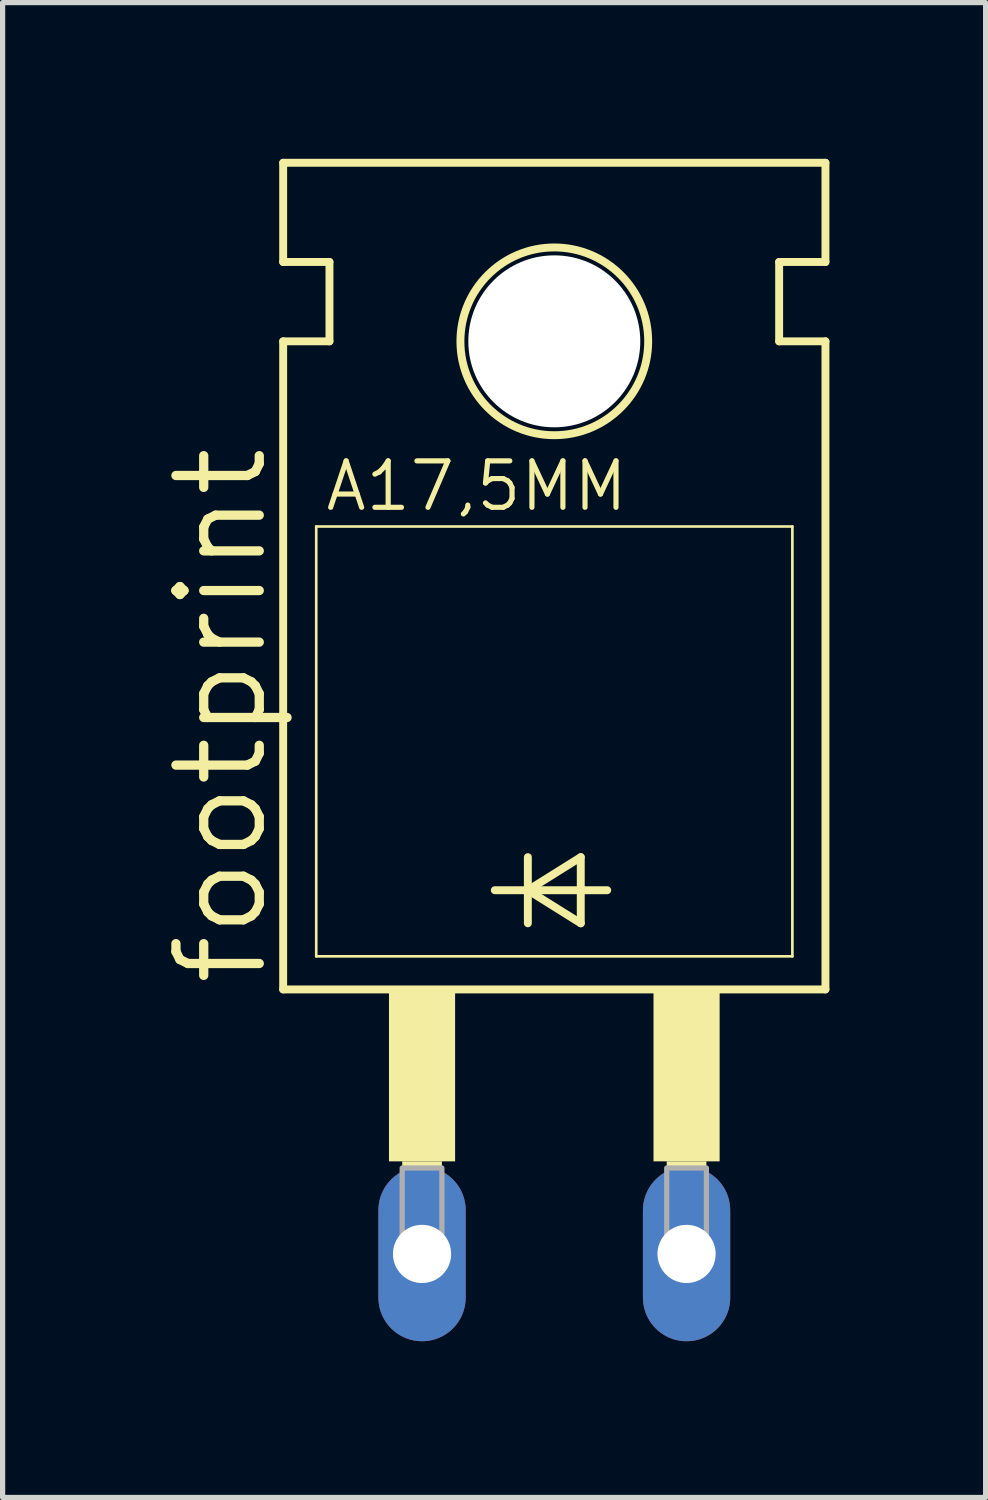
<source format=kicad_pcb>
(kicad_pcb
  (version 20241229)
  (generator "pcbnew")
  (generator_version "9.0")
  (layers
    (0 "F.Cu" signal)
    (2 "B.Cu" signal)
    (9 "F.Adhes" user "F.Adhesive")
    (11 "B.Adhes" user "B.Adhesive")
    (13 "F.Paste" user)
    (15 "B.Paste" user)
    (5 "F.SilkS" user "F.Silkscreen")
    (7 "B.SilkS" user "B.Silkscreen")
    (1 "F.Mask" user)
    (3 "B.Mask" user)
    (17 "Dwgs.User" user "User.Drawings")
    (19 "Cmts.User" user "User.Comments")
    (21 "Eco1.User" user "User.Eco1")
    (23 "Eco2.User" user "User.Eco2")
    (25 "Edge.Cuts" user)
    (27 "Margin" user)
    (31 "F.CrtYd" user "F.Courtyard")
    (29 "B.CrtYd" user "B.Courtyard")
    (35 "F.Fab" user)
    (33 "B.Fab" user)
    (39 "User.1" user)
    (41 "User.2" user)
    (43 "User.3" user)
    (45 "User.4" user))
  (footprint "footprint"
    (layer "F.Cu")
    (at 7.595 14.681)
    (property "Reference" "footprint" (at -5.461 1.27 90) (layer "F.SilkS") (effects (font (size 1.6 1.6) (thickness 0.178)) (justify left bottom)))
    (fp_line (start -5.207 -12.7) (end -5.207 -14.605) (stroke (width 0.152) (type solid)) (layer "F.SilkS"))
    (fp_line (start -5.207 -11.176) (end -4.318 -11.176) (stroke (width 0.152) (type solid)) (layer "F.SilkS"))
    (fp_line (start -5.207 1.27) (end -5.207 -11.176) (stroke (width 0.152) (type solid)) (layer "F.SilkS"))
    (fp_line (start -5.207 1.27) (end 5.207 1.27) (stroke (width 0.152) (type solid)) (layer "F.SilkS"))
    (fp_line (start -4.572 0.635) (end -4.572 -7.62) (stroke (width 0.051) (type solid)) (layer "F.SilkS"))
    (fp_line (start -4.572 0.635) (end 4.572 0.635) (stroke (width 0.051) (type solid)) (layer "F.SilkS"))
    (fp_line (start -4.318 -12.7) (end -5.207 -12.7) (stroke (width 0.152) (type solid)) (layer "F.SilkS"))
    (fp_line (start -4.318 -11.176) (end -4.318 -12.7) (stroke (width 0.152) (type solid)) (layer "F.SilkS"))
    (fp_line (start -1.143 -0.635) (end -0.508 -0.635) (stroke (width 0.152) (type solid)) (layer "F.SilkS"))
    (fp_line (start -0.508 -1.27) (end -0.508 -0.635) (stroke (width 0.152) (type solid)) (layer "F.SilkS"))
    (fp_line (start -0.508 -0.635) (end -0.508 0) (stroke (width 0.152) (type solid)) (layer "F.SilkS"))
    (fp_line (start -0.508 -0.635) (end 0.508 -1.27) (stroke (width 0.152) (type solid)) (layer "F.SilkS"))
    (fp_line (start -0.508 -0.635) (end 1.016 -0.635) (stroke (width 0.152) (type solid)) (layer "F.SilkS"))
    (fp_line (start 0.508 -1.27) (end 0.508 0) (stroke (width 0.152) (type solid)) (layer "F.SilkS"))
    (fp_line (start 0.508 0) (end -0.508 -0.635) (stroke (width 0.152) (type solid)) (layer "F.SilkS"))
    (fp_line (start 4.318 -12.7) (end 5.207 -12.7) (stroke (width 0.152) (type solid)) (layer "F.SilkS"))
    (fp_line (start 4.318 -11.176) (end 4.318 -12.7) (stroke (width 0.152) (type solid)) (layer "F.SilkS"))
    (fp_line (start 4.572 -7.62) (end -4.572 -7.62) (stroke (width 0.051) (type solid)) (layer "F.SilkS"))
    (fp_line (start 4.572 -7.62) (end 4.572 0.635) (stroke (width 0.051) (type solid)) (layer "F.SilkS"))
    (fp_line (start 5.207 -14.605) (end -5.207 -14.605) (stroke (width 0.152) (type solid)) (layer "F.SilkS"))
    (fp_line (start 5.207 -12.7) (end 5.207 -14.605) (stroke (width 0.152) (type solid)) (layer "F.SilkS"))
    (fp_line (start 5.207 -11.176) (end 4.318 -11.176) (stroke (width 0.152) (type solid)) (layer "F.SilkS"))
    (fp_line (start 5.207 1.27) (end 5.207 -11.176) (stroke (width 0.152) (type solid)) (layer "F.SilkS"))
    (fp_circle (center 0 -11.176) (end 1.803 -11.176) (stroke (width 0.152) (type solid)) (fill no) (layer "F.SilkS"))
    (fp_poly (pts (xy -3.175 4.572) (xy -1.905 4.572) (xy -1.905 1.27) (xy -3.175 1.27)) (stroke (width 0) (type solid)) (fill yes) (layer "F.SilkS"))
    (fp_poly (pts (xy -2.921 4.699) (xy -2.159 4.699) (xy -2.159 4.572) (xy -2.921 4.572)) (stroke (width 0) (type solid)) (fill yes) (layer "F.SilkS"))
    (fp_poly (pts (xy 1.905 4.572) (xy 3.175 4.572) (xy 3.175 1.27) (xy 1.905 1.27)) (stroke (width 0) (type solid)) (fill yes) (layer "F.SilkS"))
    (fp_poly (pts (xy 2.159 4.699) (xy 2.921 4.699) (xy 2.921 4.572) (xy 2.159 4.572)) (stroke (width 0) (type solid)) (fill yes) (layer "F.SilkS"))
    (fp_poly (pts (xy -2.921 6.35) (xy -2.159 6.35) (xy -2.159 4.699) (xy -2.921 4.699)) (stroke (width 0.1) (type solid)) (fill no) (layer "F.Fab"))
    (fp_poly (pts (xy 2.159 6.35) (xy 2.921 6.35) (xy 2.921 4.699) (xy 2.159 4.699)) (stroke (width 0.1) (type solid)) (fill no) (layer "F.Fab"))
    (fp_text user "A17,5MM" (at -4.445 -7.874 0) (layer "F.SilkS") (effects (font (size 0.892 0.892) (thickness 0.099)) (justify left bottom)))
    (pad "" np_thru_hole circle (at 0 -11.176) (size 3.302 3.302) (drill 3.302) (layers "*.Cu" "*.Mask"))
    (pad "A" thru_hole oval (at 2.54 6.35 90) (size 3.353 1.676) (drill 1.118) (layers "*.Cu" "*.Mask"))
    (pad "C" thru_hole oval (at -2.54 6.35 90) (size 3.353 1.676) (drill 1.118) (layers "*.Cu" "*.Mask"))
    (zone (net_name "") (layers "F.Cu" "B.Cu") (hatch edge 0.508) (connect_pads) (min_thickness 0.254) (filled_areas_thickness no) (keepout (tracks allowed) (vias not_allowed) (pads allowed) (copperpour allowed) (footprints allowed)) (placement (enabled no)) (fill) (polygon (pts (xy 10.516 3.505) (xy 10.471 2.998) (xy 10.339 2.506) (xy 10.124 2.045) (xy 9.832 1.628) (xy 9.472 1.268) (xy 9.055 0.976) (xy 8.594 0.76) (xy 8.102 0.629) (xy 7.595 0.584) (xy 7.087 0.629) (xy 6.596 0.76) (xy 6.134 0.976) (xy 5.717 1.268) (xy 5.357 1.628) (xy 5.065 2.045) (xy 4.85 2.506) (xy 4.718 2.998) (xy 4.674 3.505) (xy 4.718 4.012) (xy 4.85 4.504) (xy 5.065 4.966) (xy 5.357 5.383) (xy 5.717 5.743) (xy 6.134 6.035) (xy 6.596 6.25) (xy 7.087 6.382) (xy 7.595 6.426) (xy 8.102 6.382) (xy 8.594 6.25) (xy 9.055 6.035) (xy 9.472 5.743) (xy 9.832 5.383) (xy 10.124 4.966) (xy 10.339 4.504) (xy 10.471 4.012))))
    (zone (net_name "") (layer "B.Cu") (hatch edge 0.508) (connect_pads) (min_thickness 0.254) (filled_areas_thickness no) (keepout (tracks not_allowed) (vias not_allowed) (pads not_allowed) (copperpour not_allowed) (footprints allowed)) (placement (enabled no)) (fill) (polygon (pts (xy 10.516 3.505) (xy 10.471 2.998) (xy 10.339 2.506) (xy 10.124 2.045) (xy 9.832 1.628) (xy 9.472 1.268) (xy 9.055 0.976) (xy 8.594 0.76) (xy 8.102 0.629) (xy 7.595 0.584) (xy 7.087 0.629) (xy 6.596 0.76) (xy 6.134 0.976) (xy 5.717 1.268) (xy 5.357 1.628) (xy 5.065 2.045) (xy 4.85 2.506) (xy 4.718 2.998) (xy 4.674 3.505) (xy 4.718 4.012) (xy 4.85 4.504) (xy 5.065 4.966) (xy 5.357 5.383) (xy 5.717 5.743) (xy 6.134 6.035) (xy 6.596 6.25) (xy 7.087 6.382) (xy 7.595 6.426) (xy 8.102 6.382) (xy 8.594 6.25) (xy 9.055 6.035) (xy 9.472 5.743) (xy 9.832 5.383) (xy 10.124 4.966) (xy 10.339 4.504) (xy 10.471 4.012)))))
  (gr_rect
    (start -3 -3)
    (end 15.878 25.708)
    (stroke (width 0.1) (type default))
    (fill no)
    (layer "Edge.Cuts")))
</source>
